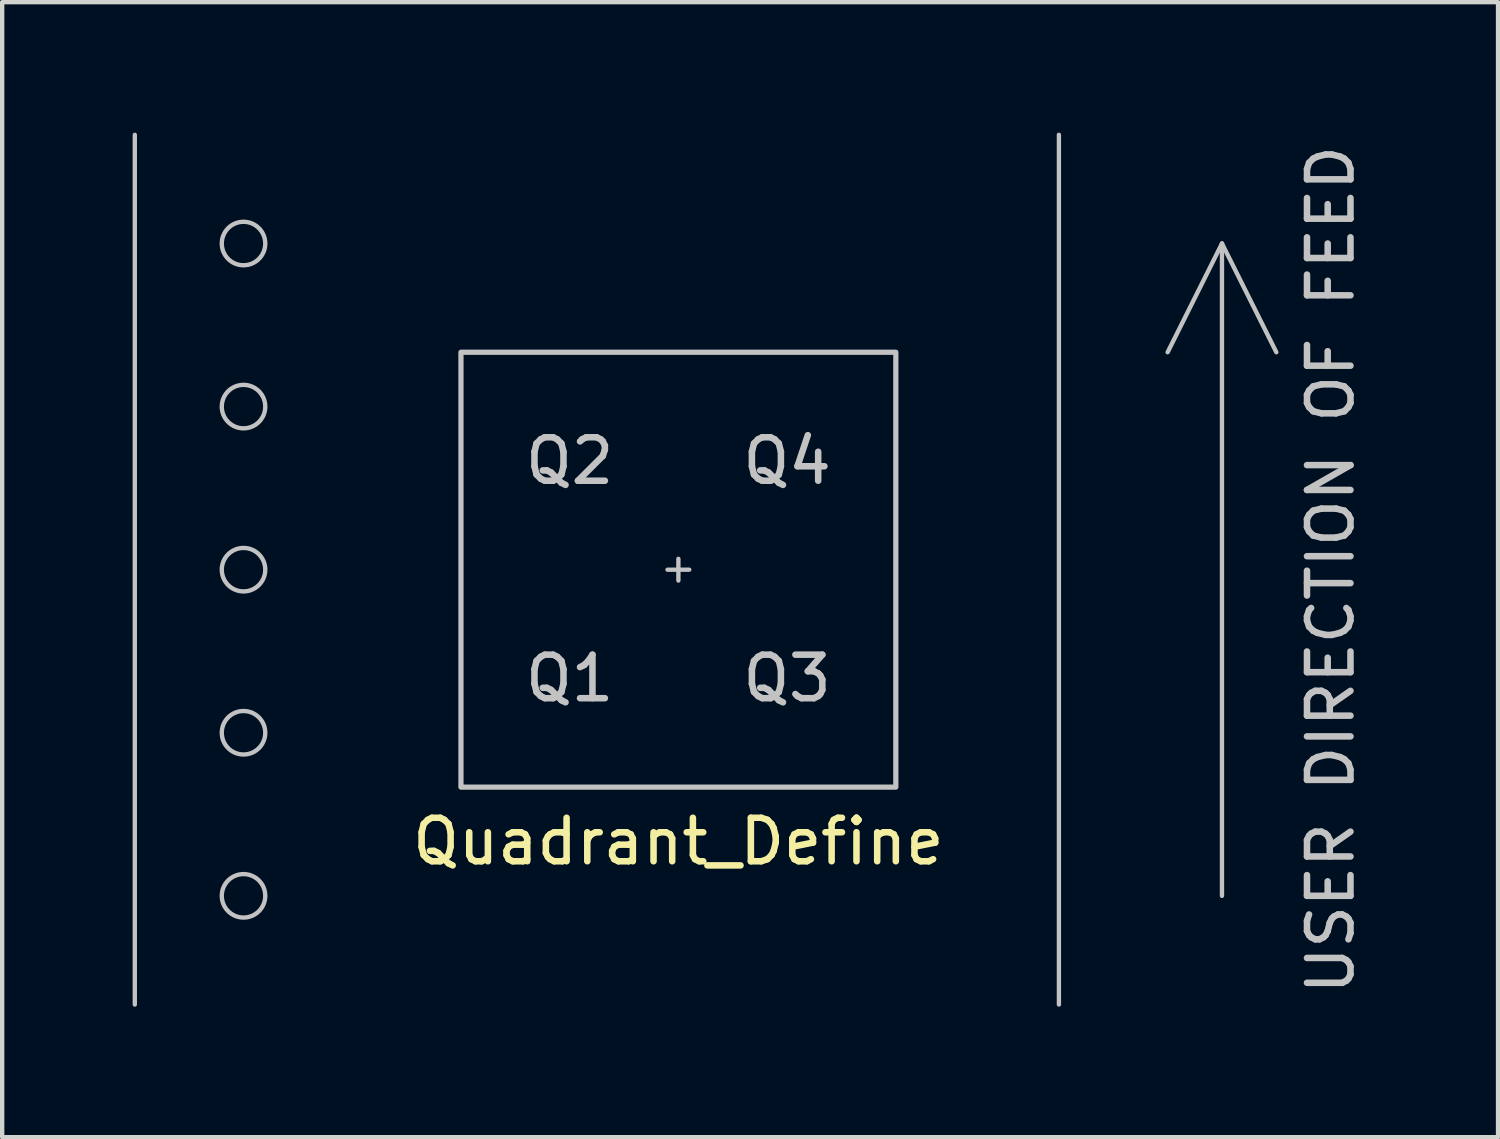
<source format=kicad_pcb>
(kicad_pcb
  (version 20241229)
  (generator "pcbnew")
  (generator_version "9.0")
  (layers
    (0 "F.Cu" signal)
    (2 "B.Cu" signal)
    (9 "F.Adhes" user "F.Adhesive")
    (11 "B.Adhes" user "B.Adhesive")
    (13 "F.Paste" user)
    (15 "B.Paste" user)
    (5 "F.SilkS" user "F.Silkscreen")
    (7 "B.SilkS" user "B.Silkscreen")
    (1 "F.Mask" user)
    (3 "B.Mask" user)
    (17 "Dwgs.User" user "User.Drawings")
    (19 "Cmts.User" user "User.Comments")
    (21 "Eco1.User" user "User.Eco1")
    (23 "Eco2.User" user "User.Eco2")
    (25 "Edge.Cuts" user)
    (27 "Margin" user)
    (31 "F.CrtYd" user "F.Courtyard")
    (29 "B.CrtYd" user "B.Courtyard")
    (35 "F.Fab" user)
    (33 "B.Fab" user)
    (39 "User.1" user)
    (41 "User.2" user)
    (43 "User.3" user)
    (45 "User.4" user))
  (footprint "Quadrant_Define"
    (layer "F.Cu")
    (at 12.55 10.05)
    (property "Reference" "Quadrant_Define" (at 0 6.25 0) (unlocked yes) (layer "F.SilkS") (effects (font (size 1 1) (thickness 0.15))))
    (attr smd)
    (fp_line (start -12.5 -10) (end -12.5 10) (stroke (width 0.1) (type solid)) (layer "Dwgs.User"))
    (fp_line (start -0.25 0) (end 0.25 0) (stroke (width 0.1) (type solid)) (layer "Dwgs.User"))
    (fp_line (start 0 -0.25) (end 0 0.25) (stroke (width 0.1) (type solid)) (layer "Dwgs.User"))
    (fp_line (start 8.75 -10) (end 8.75 10) (stroke (width 0.1) (type solid)) (layer "Dwgs.User"))
    (fp_line (start 12.5 -7.5) (end 11.25 -5) (stroke (width 0.1) (type solid)) (layer "Dwgs.User"))
    (fp_line (start 12.5 -7.5) (end 13.75 -5) (stroke (width 0.1) (type solid)) (layer "Dwgs.User"))
    (fp_line (start 12.5 7.5) (end 12.5 -7.5) (stroke (width 0.1) (type solid)) (layer "Dwgs.User"))
    (fp_rect (start -5 -5) (end 5 5) (stroke (width 0.12) (type solid)) (fill no) (layer "Dwgs.User"))
    (fp_circle (center -10 -7.5) (end -9.5 -7.5) (stroke (width 0.1) (type solid)) (fill no) (layer "Dwgs.User"))
    (fp_circle (center -10 -3.75) (end -9.5 -3.75) (stroke (width 0.1) (type solid)) (fill no) (layer "Dwgs.User"))
    (fp_circle (center -10 0) (end -9.5 0) (stroke (width 0.1) (type solid)) (fill no) (layer "Dwgs.User"))
    (fp_circle (center -10 3.75) (end -9.5 3.75) (stroke (width 0.1) (type solid)) (fill no) (layer "Dwgs.User"))
    (fp_circle (center -10 7.5) (end -9.5 7.5) (stroke (width 0.1) (type solid)) (fill no) (layer "Dwgs.User"))
    (fp_text user "Q3" (at 2.5 2.5 0) (unlocked yes) (layer "Dwgs.User") (effects (font (size 1 1) (thickness 0.15))))
    (fp_text user "Q2" (at -2.5 -2.5 0) (unlocked yes) (layer "Dwgs.User") (effects (font (size 1 1) (thickness 0.15))))
    (fp_text user "USER DIRECTION OF FEED" (at 15 0 90) (unlocked yes) (layer "Dwgs.User") (effects (font (size 1 1) (thickness 0.15))))
    (fp_text user "Q4" (at 2.5 -2.5 0) (unlocked yes) (layer "Dwgs.User") (effects (font (size 1 1) (thickness 0.15))))
    (fp_text user "Q1" (at -2.5 2.5 0) (unlocked yes) (layer "Dwgs.User") (effects (font (size 1 1) (thickness 0.15)))))
  (gr_rect
    (start -3 -3)
    (end 31.398 23.1)
    (stroke (width 0.1) (type default))
    (fill no)
    (layer "Edge.Cuts")))
</source>
